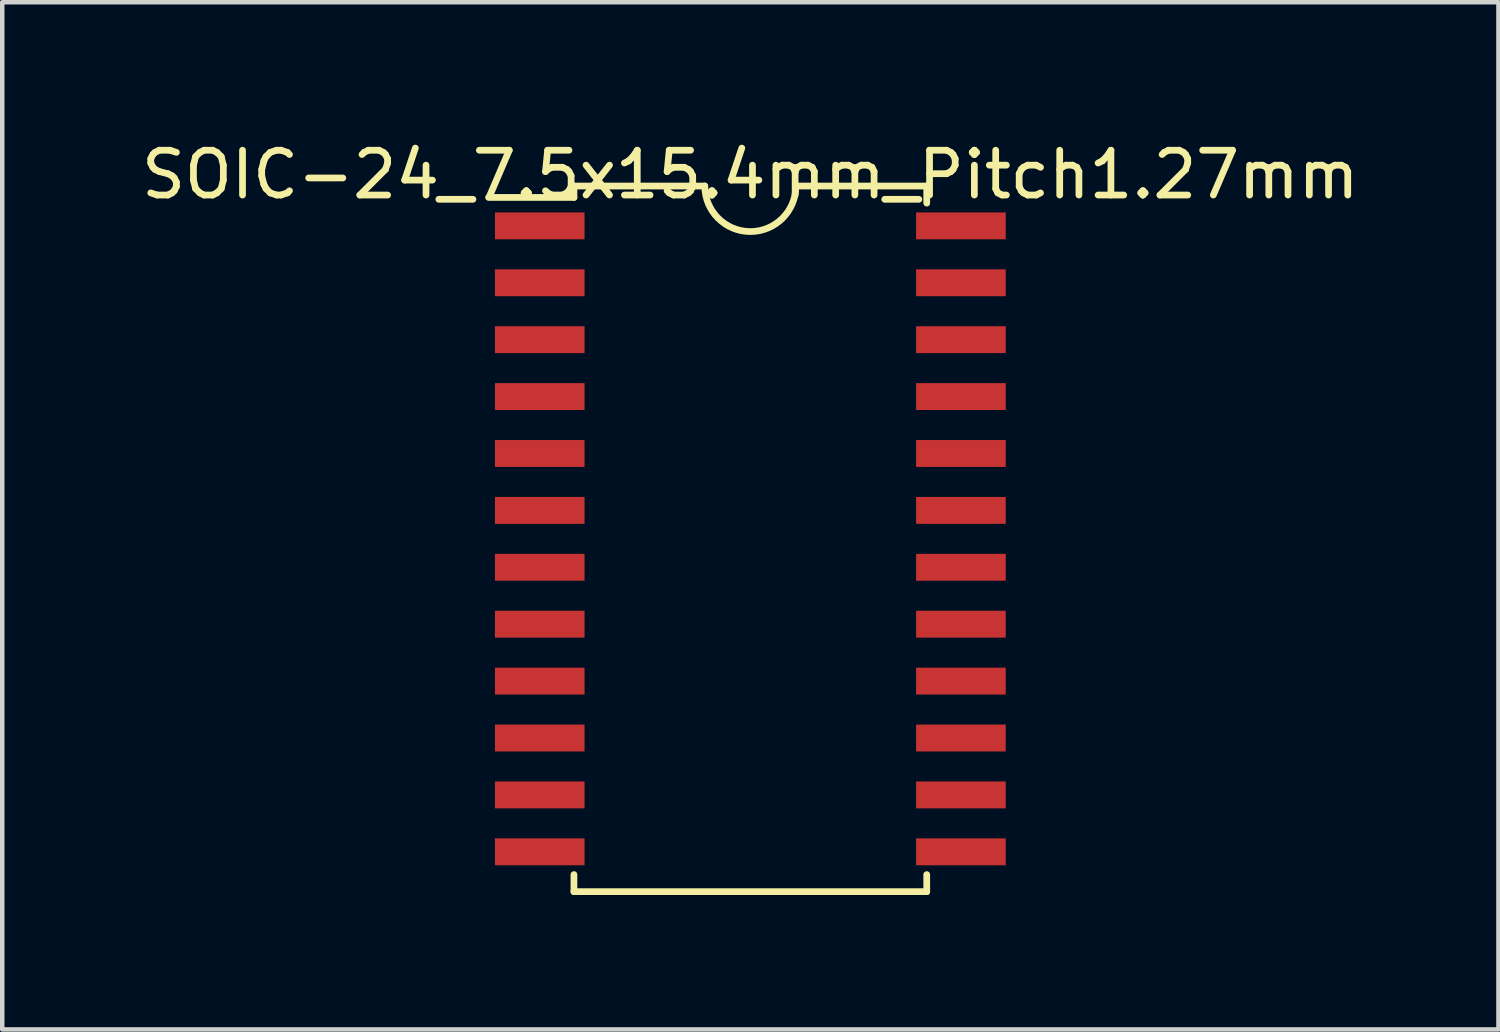
<source format=kicad_pcb>
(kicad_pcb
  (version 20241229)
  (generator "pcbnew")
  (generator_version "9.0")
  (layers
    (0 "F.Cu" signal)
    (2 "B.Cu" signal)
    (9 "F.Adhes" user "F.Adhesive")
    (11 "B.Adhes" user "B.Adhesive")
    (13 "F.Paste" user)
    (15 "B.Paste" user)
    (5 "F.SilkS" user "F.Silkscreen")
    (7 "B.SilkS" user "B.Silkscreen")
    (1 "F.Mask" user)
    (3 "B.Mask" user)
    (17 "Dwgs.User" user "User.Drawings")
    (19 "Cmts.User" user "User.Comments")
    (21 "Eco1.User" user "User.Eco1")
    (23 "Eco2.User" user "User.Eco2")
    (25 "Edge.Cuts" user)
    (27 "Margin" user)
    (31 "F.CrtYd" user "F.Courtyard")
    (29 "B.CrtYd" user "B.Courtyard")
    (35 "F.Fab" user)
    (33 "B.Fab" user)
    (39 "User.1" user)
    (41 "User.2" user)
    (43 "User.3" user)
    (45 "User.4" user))
  (footprint "SOIC-24_7.5x15.4mm_Pitch1.27mm"
    (layer "F.Cu")
    (at 13.696 8.976)
    (property "Reference" "SOIC-24_7.5x15.4mm_Pitch1.27mm" (at 0 -8.128 0) (layer "F.SilkS") (effects (font (size 1 1) (thickness 0.15))))
    (attr smd)
    (fp_line (start -3.937 -7.874) (end -3.937 -7.62) (stroke (width 0.15) (type solid)) (layer "F.SilkS"))
    (fp_line (start -3.937 -7.62) (end -5.842 -7.62) (stroke (width 0.15) (type solid)) (layer "F.SilkS"))
    (fp_line (start -3.937 7.493) (end -3.937 7.874) (stroke (width 0.15) (type solid)) (layer "F.SilkS"))
    (fp_line (start -3.937 7.874) (end 3.937 7.874) (stroke (width 0.15) (type solid)) (layer "F.SilkS"))
    (fp_line (start -1.016 -7.874) (end -3.937 -7.874) (stroke (width 0.15) (type solid)) (layer "F.SilkS"))
    (fp_line (start 3.937 -7.874) (end 1.016 -7.874) (stroke (width 0.15) (type solid)) (layer "F.SilkS"))
    (fp_line (start 3.937 -7.493) (end 3.937 -7.874) (stroke (width 0.15) (type solid)) (layer "F.SilkS"))
    (fp_line (start 3.937 7.493) (end 3.937 7.874) (stroke (width 0.15) (type solid)) (layer "F.SilkS"))
    (fp_arc (start 1.016 -7.874) (mid 0 -6.858) (end -1.016 -7.874) (stroke (width 0.15) (type solid)) (layer "F.SilkS"))
    (pad "1" smd rect (at -4.7 -6.985) (size 2 0.6) (layers "F.Cu" "F.Mask" "F.Paste"))
    (pad "2" smd rect (at -4.7 -5.715) (size 2 0.6) (layers "F.Cu" "F.Mask" "F.Paste"))
    (pad "3" smd rect (at -4.7 -4.445) (size 2 0.6) (layers "F.Cu" "F.Mask" "F.Paste"))
    (pad "4" smd rect (at -4.7 -3.175) (size 2 0.6) (layers "F.Cu" "F.Mask" "F.Paste"))
    (pad "5" smd rect (at -4.7 -1.905) (size 2 0.6) (layers "F.Cu" "F.Mask" "F.Paste"))
    (pad "6" smd rect (at -4.7 -0.635) (size 2 0.6) (layers "F.Cu" "F.Mask" "F.Paste"))
    (pad "7" smd rect (at -4.7 0.635) (size 2 0.6) (layers "F.Cu" "F.Mask" "F.Paste"))
    (pad "8" smd rect (at -4.7 1.905) (size 2 0.6) (layers "F.Cu" "F.Mask" "F.Paste"))
    (pad "9" smd rect (at -4.7 3.175) (size 2 0.6) (layers "F.Cu" "F.Mask" "F.Paste"))
    (pad "10" smd rect (at -4.7 4.445) (size 2 0.6) (layers "F.Cu" "F.Mask" "F.Paste"))
    (pad "11" smd rect (at -4.7 5.715) (size 2 0.6) (layers "F.Cu" "F.Mask" "F.Paste"))
    (pad "12" smd rect (at -4.7 6.985) (size 2 0.6) (layers "F.Cu" "F.Mask" "F.Paste"))
    (pad "13" smd rect (at 4.7 6.985) (size 2 0.6) (layers "F.Cu" "F.Mask" "F.Paste"))
    (pad "14" smd rect (at 4.7 5.715) (size 2 0.6) (layers "F.Cu" "F.Mask" "F.Paste"))
    (pad "15" smd rect (at 4.7 4.445) (size 2 0.6) (layers "F.Cu" "F.Mask" "F.Paste"))
    (pad "16" smd rect (at 4.7 3.175) (size 2 0.6) (layers "F.Cu" "F.Mask" "F.Paste"))
    (pad "17" smd rect (at 4.7 1.905) (size 2 0.6) (layers "F.Cu" "F.Mask" "F.Paste"))
    (pad "18" smd rect (at 4.7 0.635) (size 2 0.6) (layers "F.Cu" "F.Mask" "F.Paste"))
    (pad "19" smd rect (at 4.7 -0.635) (size 2 0.6) (layers "F.Cu" "F.Mask" "F.Paste"))
    (pad "20" smd rect (at 4.7 -1.905) (size 2 0.6) (layers "F.Cu" "F.Mask" "F.Paste"))
    (pad "21" smd rect (at 4.7 -3.175) (size 2 0.6) (layers "F.Cu" "F.Mask" "F.Paste"))
    (pad "22" smd rect (at 4.7 -4.445) (size 2 0.6) (layers "F.Cu" "F.Mask" "F.Paste"))
    (pad "23" smd rect (at 4.7 -5.715) (size 2 0.6) (layers "F.Cu" "F.Mask" "F.Paste"))
    (pad "24" smd rect (at 4.7 -6.985) (size 2 0.6) (layers "F.Cu" "F.Mask" "F.Paste")))
  (gr_rect
    (start -3 -3)
    (end 30.393 19.925)
    (stroke (width 0.1) (type default))
    (fill no)
    (layer "Edge.Cuts")))
</source>
